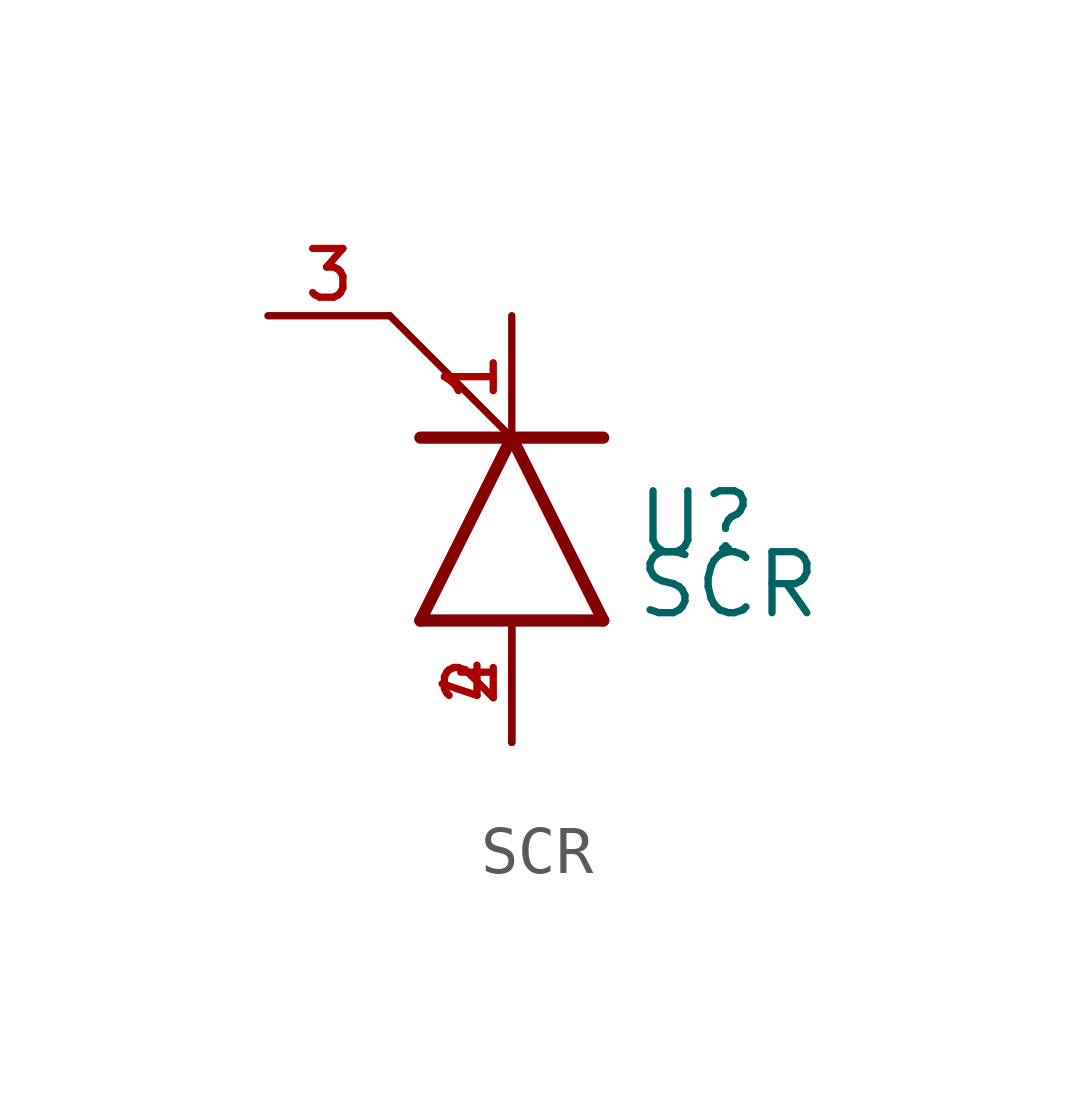
<source format=kicad_sym>
(kicad_symbol_lib
  (version 20211014)
  (generator kicad_symbol_editor)
  (symbol "SCR"
    (pin_names
      (offset 1.016))
    (property "Reference" "U"
      (at 2.54 0.0 0)
      (effects (font (size 1.27 1.27)) (justify bottom left)))
    (property "Value" "SCR"
      (at 2.54 -1.27 0)
      (effects (font (size 1.27 1.27)) (justify bottom left)))
    (symbol "SCR_0_0"
      (polyline (pts (xy 0.0 2.54) (xy -1.905 -1.27)) (stroke (width 0.254)))
      (polyline (pts (xy -1.905 -1.27) (xy 1.905 -1.27)) (stroke (width 0.254)))
      (polyline (pts (xy 1.905 -1.27) (xy 0.0 2.54)) (stroke (width 0.254)))
      (polyline (pts (xy 0.0 2.54) (xy 1.905 2.54)) (stroke (width 0.254)))
      (polyline (pts (xy 0.0 2.54) (xy -1.905 2.54)) (stroke (width 0.254)))
      (polyline (pts (xy -2.54 5.08) (xy 0.0 2.54)) (stroke (width 0.15)))
      (pin bidirectional line (at -5.08 5.08 0) (length 2.54) (name "~" (effects (font (size 1.016 1.016)))) (number "3" (effects (font (size 1.016 1.016)))))
      (pin bidirectional line (at 0.0 5.08 270.0) (length 2.54) (name "~" (effects (font (size 1.016 1.016)))) (number "1" (effects (font (size 1.016 1.016)))))
      (pin bidirectional line (at 0.0 -3.81 90.0) (length 2.54) (name "~" (effects (font (size 1.016 1.016)))) (number "2" (effects (font (size 1.016 1.016)))))
      (pin bidirectional line (at 0.0 -3.81 90.0) (length 2.54) (name "~" (effects (font (size 1.016 1.016)))) (number "4" (effects (font (size 1.016 1.016))))))))
</source>
